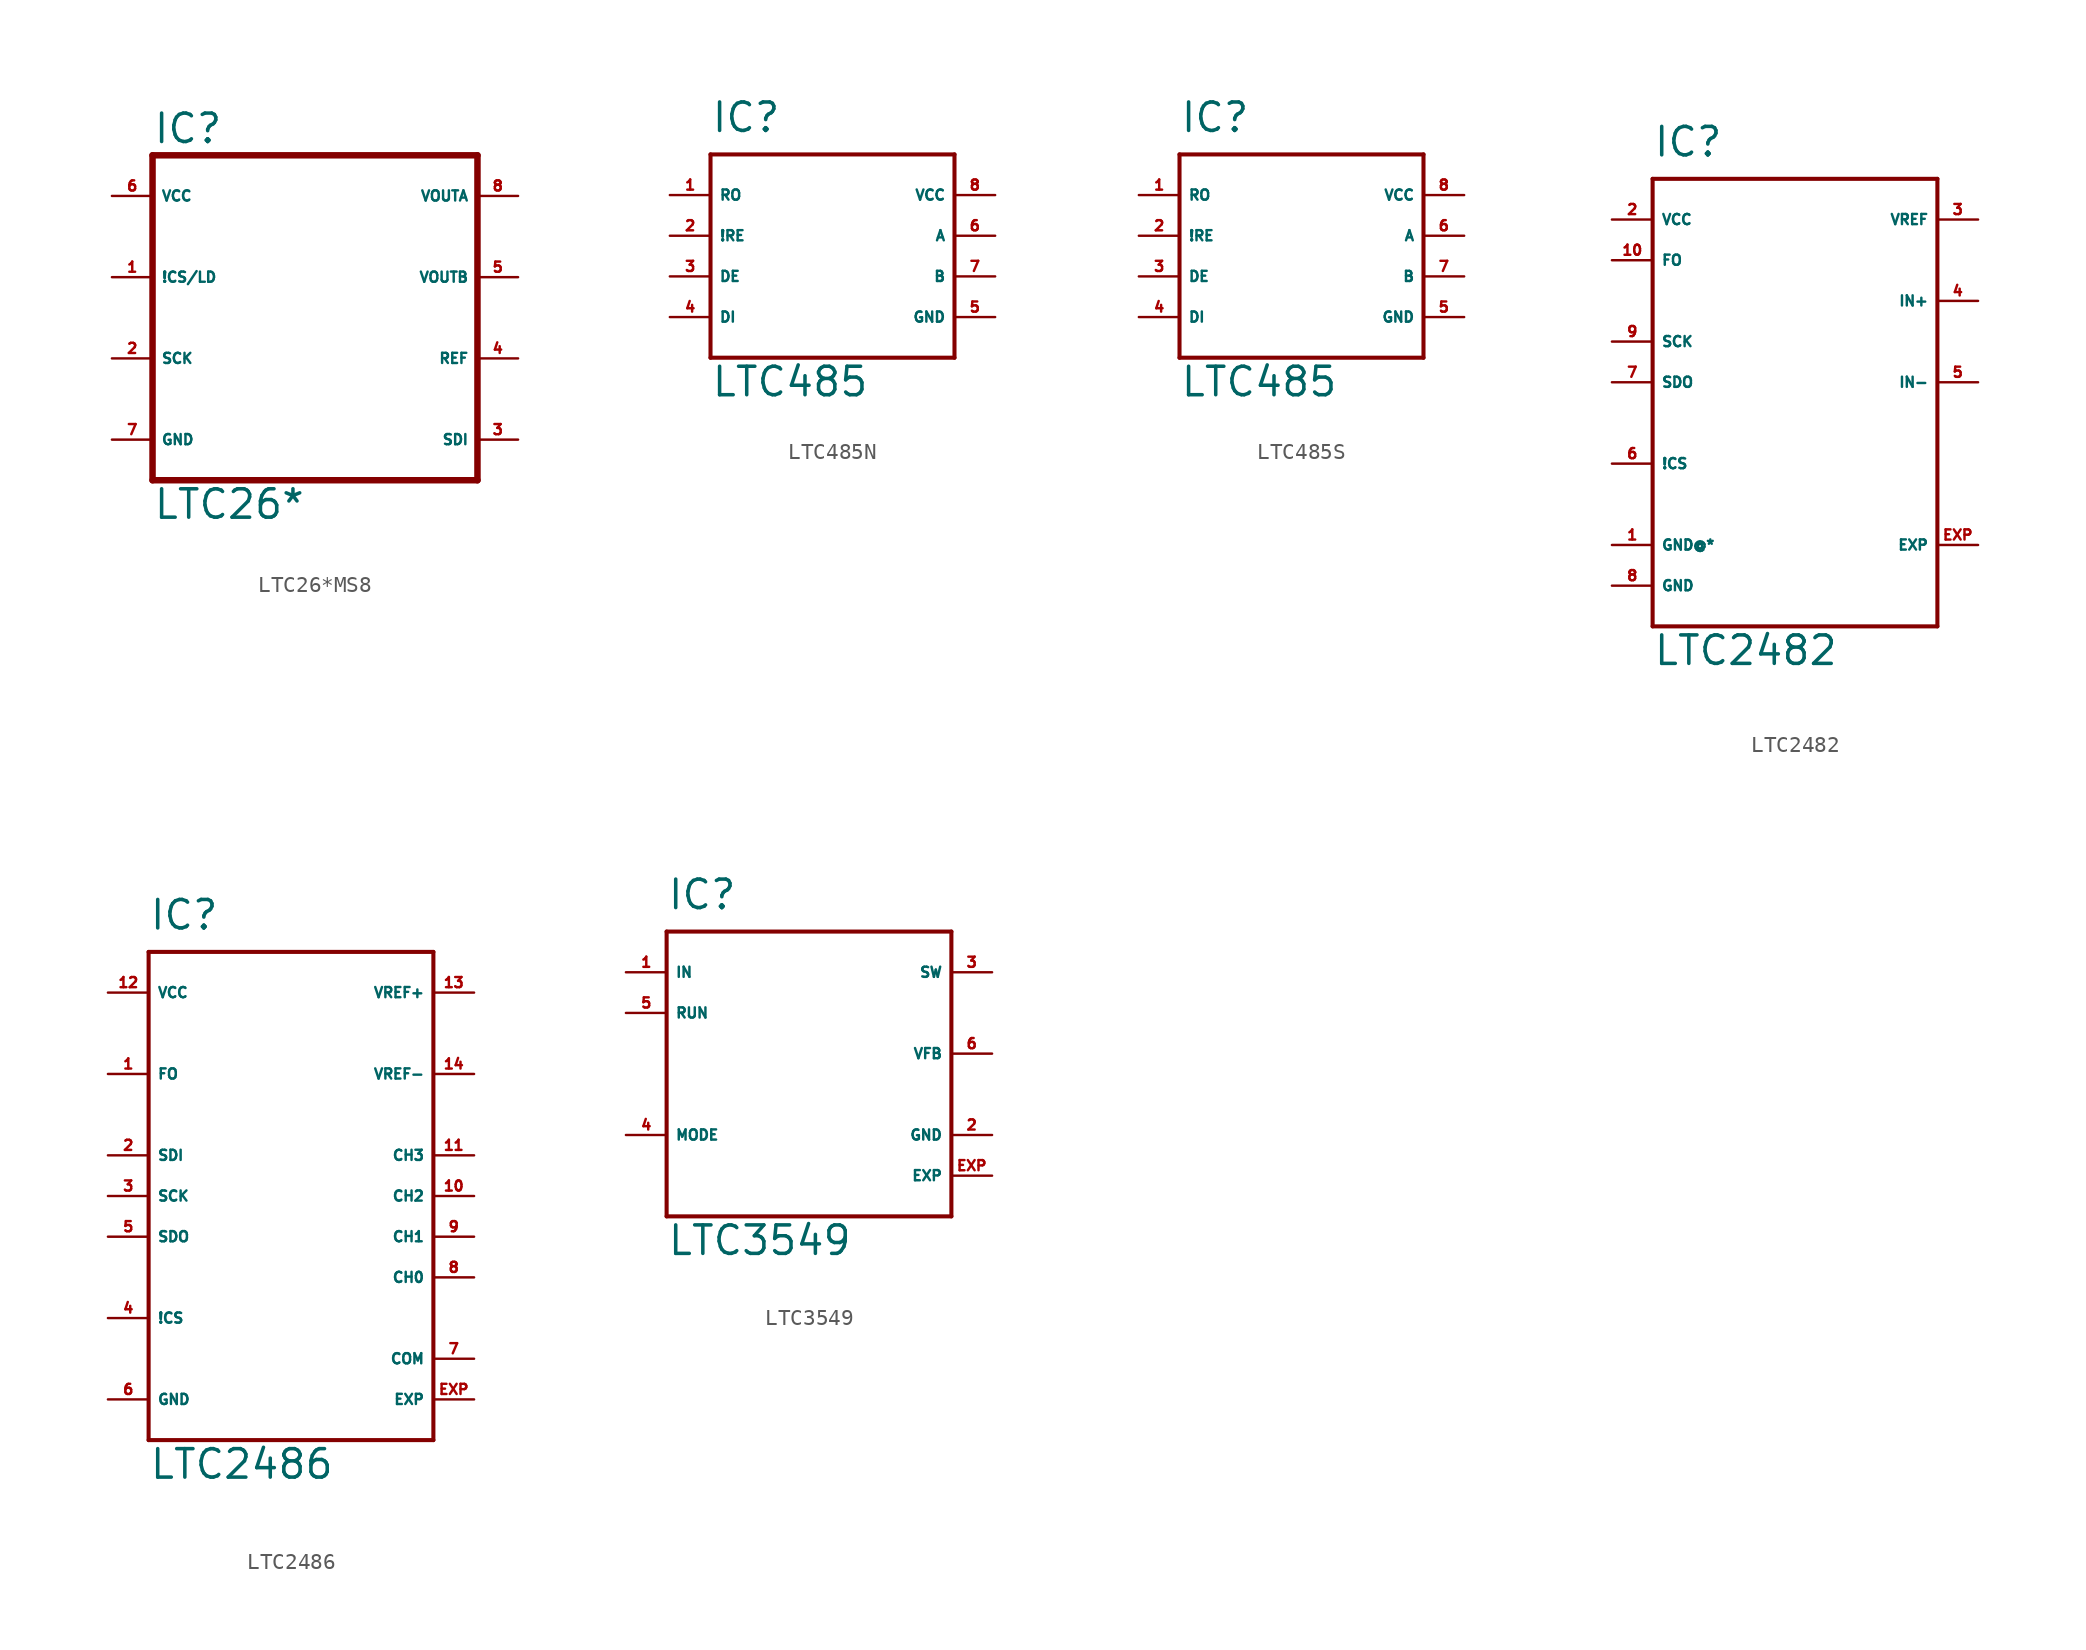
<source format=kicad_sym>
(kicad_symbol_lib
  (version 20220914)
  (generator Eagle2Kicad)
  (symbol "LTC26*MS8"
    (property "Reference" "IC"
      (at -10.16 10.795 0)
      (effects (font (size 1.778 1.778) (thickness 0.22)) (justify left bottom)))
    (property "Value" "LTC26*"
      (at -10.16 -12.7 0)
      (effects (font (size 1.778 1.778) (thickness 0.22)) (justify left bottom)))
    (polyline
      (pts (xy -10.16 -10.16) (xy 10.16 -10.16))
      (stroke (width 0.406) (type default))
      (fill (type none)))
    (polyline
      (pts (xy 10.16 -10.16) (xy 10.16 10.16))
      (stroke (width 0.406) (type default))
      (fill (type none)))
    (polyline
      (pts (xy 10.16 10.16) (xy -10.16 10.16))
      (stroke (width 0.406) (type default))
      (fill (type none)))
    (polyline
      (pts (xy -10.16 10.16) (xy -10.16 -10.16))
      (stroke (width 0.406) (type default))
      (fill (type none)))
    (pin output line
      (at 12.7 7.62 180)
      (length 2.54)
      (name "VOUTA" (effects (font (size 0.635 0.635) (thickness 0.08)) (justify left bottom)))
      (number "8" (effects (font (size 0.635 0.635) (thickness 0.08)) (justify left bottom))))
    (pin output line
      (at 12.7 2.54 180)
      (length 2.54)
      (name "VOUTB" (effects (font (size 0.635 0.635) (thickness 0.08)) (justify left bottom)))
      (number "5" (effects (font (size 0.635 0.635) (thickness 0.08)) (justify left bottom))))
    (pin input line
      (at -12.7 -2.54 0)
      (length 2.54)
      (name "SCK" (effects (font (size 0.635 0.635) (thickness 0.08)) (justify left bottom)))
      (number "2" (effects (font (size 0.635 0.635) (thickness 0.08)) (justify left bottom))))
    (pin input line
      (at 12.7 -7.62 180)
      (length 2.54)
      (name "SDI" (effects (font (size 0.635 0.635) (thickness 0.08)) (justify left bottom)))
      (number "3" (effects (font (size 0.635 0.635) (thickness 0.08)) (justify left bottom))))
    (pin unspecified line
      (at -12.7 -7.62 0)
      (length 2.54)
      (name "GND" (effects (font (size 0.635 0.635) (thickness 0.08)) (justify left bottom)))
      (number "7" (effects (font (size 0.635 0.635) (thickness 0.08)) (justify left bottom))))
    (pin unspecified line
      (at -12.7 7.62 0)
      (length 2.54)
      (name "VCC" (effects (font (size 0.635 0.635) (thickness 0.08)) (justify left bottom)))
      (number "6" (effects (font (size 0.635 0.635) (thickness 0.08)) (justify left bottom))))
    (pin input line
      (at 12.7 -2.54 180)
      (length 2.54)
      (name "REF" (effects (font (size 0.635 0.635) (thickness 0.08)) (justify left bottom)))
      (number "4" (effects (font (size 0.635 0.635) (thickness 0.08)) (justify left bottom))))
    (pin input line
      (at -12.7 2.54 0)
      (length 2.54)
      (name "!CS/LD" (effects (font (size 0.635 0.635) (thickness 0.08)) (justify left bottom)))
      (number "1" (effects (font (size 0.635 0.635) (thickness 0.08)) (justify left bottom)))))
  (symbol "LTC485N"
    (property "Reference" "IC"
      (at -7.62 6.35 0)
      (effects (font (size 1.778 1.778) (thickness 0.22)) (justify left bottom)))
    (property "Value" "LTC485"
      (at -7.62 -10.16 0)
      (effects (font (size 1.778 1.778) (thickness 0.22)) (justify left bottom)))
    (polyline
      (pts (xy -7.62 5.08) (xy 7.62 5.08))
      (stroke (width 0.254) (type default))
      (fill (type none)))
    (polyline
      (pts (xy 7.62 5.08) (xy 7.62 -7.62))
      (stroke (width 0.254) (type default))
      (fill (type none)))
    (polyline
      (pts (xy 7.62 -7.62) (xy -7.62 -7.62))
      (stroke (width 0.254) (type default))
      (fill (type none)))
    (polyline
      (pts (xy -7.62 -7.62) (xy -7.62 5.08))
      (stroke (width 0.254) (type default))
      (fill (type none)))
    (pin input line
      (at 10.16 2.54 180)
      (length 2.54)
      (name "VCC" (effects (font (size 0.635 0.635) (thickness 0.08)) (justify left bottom)))
      (number "8" (effects (font (size 0.635 0.635) (thickness 0.08)) (justify left bottom))))
    (pin input line
      (at 10.16 -5.08 180)
      (length 2.54)
      (name "GND" (effects (font (size 0.635 0.635) (thickness 0.08)) (justify left bottom)))
      (number "5" (effects (font (size 0.635 0.635) (thickness 0.08)) (justify left bottom))))
    (pin output line
      (at -10.16 2.54 0)
      (length 2.54)
      (name "RO" (effects (font (size 0.635 0.635) (thickness 0.08)) (justify left bottom)))
      (number "1" (effects (font (size 0.635 0.635) (thickness 0.08)) (justify left bottom))))
    (pin input line
      (at -10.16 0 0)
      (length 2.54)
      (name "!RE" (effects (font (size 0.635 0.635) (thickness 0.08)) (justify left bottom)))
      (number "2" (effects (font (size 0.635 0.635) (thickness 0.08)) (justify left bottom))))
    (pin input line
      (at -10.16 -2.54 0)
      (length 2.54)
      (name "DE" (effects (font (size 0.635 0.635) (thickness 0.08)) (justify left bottom)))
      (number "3" (effects (font (size 0.635 0.635) (thickness 0.08)) (justify left bottom))))
    (pin input line
      (at -10.16 -5.08 0)
      (length 2.54)
      (name "DI" (effects (font (size 0.635 0.635) (thickness 0.08)) (justify left bottom)))
      (number "4" (effects (font (size 0.635 0.635) (thickness 0.08)) (justify left bottom))))
    (pin bidirectional line
      (at 10.16 0 180)
      (length 2.54)
      (name "A" (effects (font (size 0.635 0.635) (thickness 0.08)) (justify left bottom)))
      (number "6" (effects (font (size 0.635 0.635) (thickness 0.08)) (justify left bottom))))
    (pin bidirectional line
      (at 10.16 -2.54 180)
      (length 2.54)
      (name "B" (effects (font (size 0.635 0.635) (thickness 0.08)) (justify left bottom)))
      (number "7" (effects (font (size 0.635 0.635) (thickness 0.08)) (justify left bottom)))))
  (symbol "LTC485S"
    (property "Reference" "IC"
      (at -7.62 6.35 0)
      (effects (font (size 1.778 1.778) (thickness 0.22)) (justify left bottom)))
    (property "Value" "LTC485"
      (at -7.62 -10.16 0)
      (effects (font (size 1.778 1.778) (thickness 0.22)) (justify left bottom)))
    (polyline
      (pts (xy -7.62 5.08) (xy 7.62 5.08))
      (stroke (width 0.254) (type default))
      (fill (type none)))
    (polyline
      (pts (xy 7.62 5.08) (xy 7.62 -7.62))
      (stroke (width 0.254) (type default))
      (fill (type none)))
    (polyline
      (pts (xy 7.62 -7.62) (xy -7.62 -7.62))
      (stroke (width 0.254) (type default))
      (fill (type none)))
    (polyline
      (pts (xy -7.62 -7.62) (xy -7.62 5.08))
      (stroke (width 0.254) (type default))
      (fill (type none)))
    (pin input line
      (at 10.16 2.54 180)
      (length 2.54)
      (name "VCC" (effects (font (size 0.635 0.635) (thickness 0.08)) (justify left bottom)))
      (number "8" (effects (font (size 0.635 0.635) (thickness 0.08)) (justify left bottom))))
    (pin input line
      (at 10.16 -5.08 180)
      (length 2.54)
      (name "GND" (effects (font (size 0.635 0.635) (thickness 0.08)) (justify left bottom)))
      (number "5" (effects (font (size 0.635 0.635) (thickness 0.08)) (justify left bottom))))
    (pin output line
      (at -10.16 2.54 0)
      (length 2.54)
      (name "RO" (effects (font (size 0.635 0.635) (thickness 0.08)) (justify left bottom)))
      (number "1" (effects (font (size 0.635 0.635) (thickness 0.08)) (justify left bottom))))
    (pin input line
      (at -10.16 0 0)
      (length 2.54)
      (name "!RE" (effects (font (size 0.635 0.635) (thickness 0.08)) (justify left bottom)))
      (number "2" (effects (font (size 0.635 0.635) (thickness 0.08)) (justify left bottom))))
    (pin input line
      (at -10.16 -2.54 0)
      (length 2.54)
      (name "DE" (effects (font (size 0.635 0.635) (thickness 0.08)) (justify left bottom)))
      (number "3" (effects (font (size 0.635 0.635) (thickness 0.08)) (justify left bottom))))
    (pin input line
      (at -10.16 -5.08 0)
      (length 2.54)
      (name "DI" (effects (font (size 0.635 0.635) (thickness 0.08)) (justify left bottom)))
      (number "4" (effects (font (size 0.635 0.635) (thickness 0.08)) (justify left bottom))))
    (pin bidirectional line
      (at 10.16 0 180)
      (length 2.54)
      (name "A" (effects (font (size 0.635 0.635) (thickness 0.08)) (justify left bottom)))
      (number "6" (effects (font (size 0.635 0.635) (thickness 0.08)) (justify left bottom))))
    (pin bidirectional line
      (at 10.16 -2.54 180)
      (length 2.54)
      (name "B" (effects (font (size 0.635 0.635) (thickness 0.08)) (justify left bottom)))
      (number "7" (effects (font (size 0.635 0.635) (thickness 0.08)) (justify left bottom)))))
  (symbol "LTC2482"
    (property "Reference" "IC"
      (at -10.16 11.43 0)
      (effects (font (size 1.778 1.778) (thickness 0.22)) (justify left bottom)))
    (property "Value" "LTC2482"
      (at -10.16 -20.32 0)
      (effects (font (size 1.778 1.778) (thickness 0.22)) (justify left bottom)))
    (polyline
      (pts (xy -10.16 10.16) (xy 7.62 10.16))
      (stroke (width 0.254) (type default))
      (fill (type none)))
    (polyline
      (pts (xy 7.62 10.16) (xy 7.62 -17.78))
      (stroke (width 0.254) (type default))
      (fill (type none)))
    (polyline
      (pts (xy 7.62 -17.78) (xy -10.16 -17.78))
      (stroke (width 0.254) (type default))
      (fill (type none)))
    (polyline
      (pts (xy -10.16 -17.78) (xy -10.16 10.16))
      (stroke (width 0.254) (type default))
      (fill (type none)))
    (pin input line
      (at -12.7 5.08 0)
      (length 2.54)
      (name "FO" (effects (font (size 0.635 0.635) (thickness 0.08)) (justify left bottom)))
      (number "10" (effects (font (size 0.635 0.635) (thickness 0.08)) (justify left bottom))))
    (pin input line
      (at -12.7 0 0)
      (length 2.54)
      (name "SCK" (effects (font (size 0.635 0.635) (thickness 0.08)) (justify left bottom)))
      (number "9" (effects (font (size 0.635 0.635) (thickness 0.08)) (justify left bottom))))
    (pin input line
      (at -12.7 -7.62 0)
      (length 2.54)
      (name "!CS" (effects (font (size 0.635 0.635) (thickness 0.08)) (justify left bottom)))
      (number "6" (effects (font (size 0.635 0.635) (thickness 0.08)) (justify left bottom))))
    (pin output line
      (at -12.7 -2.54 0)
      (length 2.54)
      (name "SDO" (effects (font (size 0.635 0.635) (thickness 0.08)) (justify left bottom)))
      (number "7" (effects (font (size 0.635 0.635) (thickness 0.08)) (justify left bottom))))
    (pin unspecified line
      (at -12.7 -15.24 0)
      (length 2.54)
      (name "GND" (effects (font (size 0.635 0.635) (thickness 0.08)) (justify left bottom)))
      (number "8" (effects (font (size 0.635 0.635) (thickness 0.08)) (justify left bottom))))
    (pin input line
      (at 10.16 -2.54 180)
      (length 2.54)
      (name "IN-" (effects (font (size 0.635 0.635) (thickness 0.08)) (justify left bottom)))
      (number "5" (effects (font (size 0.635 0.635) (thickness 0.08)) (justify left bottom))))
    (pin unspecified line
      (at -12.7 7.62 0)
      (length 2.54)
      (name "VCC" (effects (font (size 0.635 0.635) (thickness 0.08)) (justify left bottom)))
      (number "2" (effects (font (size 0.635 0.635) (thickness 0.08)) (justify left bottom))))
    (pin input line
      (at 10.16 7.62 180)
      (length 2.54)
      (name "VREF" (effects (font (size 0.635 0.635) (thickness 0.08)) (justify left bottom)))
      (number "3" (effects (font (size 0.635 0.635) (thickness 0.08)) (justify left bottom))))
    (pin input line
      (at 10.16 2.54 180)
      (length 2.54)
      (name "IN+" (effects (font (size 0.635 0.635) (thickness 0.08)) (justify left bottom)))
      (number "4" (effects (font (size 0.635 0.635) (thickness 0.08)) (justify left bottom))))
    (pin input line
      (at 10.16 -12.7 180)
      (length 2.54)
      (name "EXP" (effects (font (size 0.635 0.635) (thickness 0.08)) (justify left bottom)))
      (number "EXP" (effects (font (size 0.635 0.635) (thickness 0.08)) (justify left bottom))))
    (pin unspecified line
      (at -12.7 -12.7 0)
      (length 2.54)
      (name "GND@*" (effects (font (size 0.635 0.635) (thickness 0.08)) (justify left bottom)))
      (number "1" (effects (font (size 0.635 0.635) (thickness 0.08)) (justify left bottom)))))
  (symbol "LTC2486"
    (property "Reference" "IC"
      (at -7.62 16.51 0)
      (effects (font (size 1.778 1.778) (thickness 0.22)) (justify left bottom)))
    (property "Value" "LTC2486"
      (at -7.62 -17.78 0)
      (effects (font (size 1.778 1.778) (thickness 0.22)) (justify left bottom)))
    (polyline
      (pts (xy -7.62 15.24) (xy 10.16 15.24))
      (stroke (width 0.254) (type default))
      (fill (type none)))
    (polyline
      (pts (xy 10.16 15.24) (xy 10.16 -15.24))
      (stroke (width 0.254) (type default))
      (fill (type none)))
    (polyline
      (pts (xy 10.16 -15.24) (xy -7.62 -15.24))
      (stroke (width 0.254) (type default))
      (fill (type none)))
    (polyline
      (pts (xy -7.62 -15.24) (xy -7.62 15.24))
      (stroke (width 0.254) (type default))
      (fill (type none)))
    (pin input line
      (at -10.16 7.62 0)
      (length 2.54)
      (name "FO" (effects (font (size 0.635 0.635) (thickness 0.08)) (justify left bottom)))
      (number "1" (effects (font (size 0.635 0.635) (thickness 0.08)) (justify left bottom))))
    (pin input line
      (at -10.16 2.54 0)
      (length 2.54)
      (name "SDI" (effects (font (size 0.635 0.635) (thickness 0.08)) (justify left bottom)))
      (number "2" (effects (font (size 0.635 0.635) (thickness 0.08)) (justify left bottom))))
    (pin input line
      (at -10.16 0 0)
      (length 2.54)
      (name "SCK" (effects (font (size 0.635 0.635) (thickness 0.08)) (justify left bottom)))
      (number "3" (effects (font (size 0.635 0.635) (thickness 0.08)) (justify left bottom))))
    (pin input line
      (at -10.16 -7.62 0)
      (length 2.54)
      (name "!CS" (effects (font (size 0.635 0.635) (thickness 0.08)) (justify left bottom)))
      (number "4" (effects (font (size 0.635 0.635) (thickness 0.08)) (justify left bottom))))
    (pin output line
      (at -10.16 -2.54 0)
      (length 2.54)
      (name "SDO" (effects (font (size 0.635 0.635) (thickness 0.08)) (justify left bottom)))
      (number "5" (effects (font (size 0.635 0.635) (thickness 0.08)) (justify left bottom))))
    (pin unspecified line
      (at -10.16 -12.7 0)
      (length 2.54)
      (name "GND" (effects (font (size 0.635 0.635) (thickness 0.08)) (justify left bottom)))
      (number "6" (effects (font (size 0.635 0.635) (thickness 0.08)) (justify left bottom))))
    (pin unspecified line
      (at 12.7 -10.16 180)
      (length 2.54)
      (name "COM" (effects (font (size 0.635 0.635) (thickness 0.08)) (justify left bottom)))
      (number "7" (effects (font (size 0.635 0.635) (thickness 0.08)) (justify left bottom))))
    (pin input line
      (at 12.7 -5.08 180)
      (length 2.54)
      (name "CH0" (effects (font (size 0.635 0.635) (thickness 0.08)) (justify left bottom)))
      (number "8" (effects (font (size 0.635 0.635) (thickness 0.08)) (justify left bottom))))
    (pin input line
      (at 12.7 -2.54 180)
      (length 2.54)
      (name "CH1" (effects (font (size 0.635 0.635) (thickness 0.08)) (justify left bottom)))
      (number "9" (effects (font (size 0.635 0.635) (thickness 0.08)) (justify left bottom))))
    (pin input line
      (at 12.7 0 180)
      (length 2.54)
      (name "CH2" (effects (font (size 0.635 0.635) (thickness 0.08)) (justify left bottom)))
      (number "10" (effects (font (size 0.635 0.635) (thickness 0.08)) (justify left bottom))))
    (pin input line
      (at 12.7 2.54 180)
      (length 2.54)
      (name "CH3" (effects (font (size 0.635 0.635) (thickness 0.08)) (justify left bottom)))
      (number "11" (effects (font (size 0.635 0.635) (thickness 0.08)) (justify left bottom))))
    (pin unspecified line
      (at -10.16 12.7 0)
      (length 2.54)
      (name "VCC" (effects (font (size 0.635 0.635) (thickness 0.08)) (justify left bottom)))
      (number "12" (effects (font (size 0.635 0.635) (thickness 0.08)) (justify left bottom))))
    (pin input line
      (at 12.7 12.7 180)
      (length 2.54)
      (name "VREF+" (effects (font (size 0.635 0.635) (thickness 0.08)) (justify left bottom)))
      (number "13" (effects (font (size 0.635 0.635) (thickness 0.08)) (justify left bottom))))
    (pin input line
      (at 12.7 7.62 180)
      (length 2.54)
      (name "VREF-" (effects (font (size 0.635 0.635) (thickness 0.08)) (justify left bottom)))
      (number "14" (effects (font (size 0.635 0.635) (thickness 0.08)) (justify left bottom))))
    (pin input line
      (at 12.7 -12.7 180)
      (length 2.54)
      (name "EXP" (effects (font (size 0.635 0.635) (thickness 0.08)) (justify left bottom)))
      (number "EXP" (effects (font (size 0.635 0.635) (thickness 0.08)) (justify left bottom)))))
  (symbol "LTC3549"
    (property "Reference" "IC"
      (at -7.62 11.43 0)
      (effects (font (size 1.778 1.778) (thickness 0.22)) (justify left bottom)))
    (property "Value" "LTC3549"
      (at -7.62 -10.16 0)
      (effects (font (size 1.778 1.778) (thickness 0.22)) (justify left bottom)))
    (polyline
      (pts (xy -7.62 10.16) (xy 10.16 10.16))
      (stroke (width 0.254) (type default))
      (fill (type none)))
    (polyline
      (pts (xy 10.16 10.16) (xy 10.16 -7.62))
      (stroke (width 0.254) (type default))
      (fill (type none)))
    (polyline
      (pts (xy 10.16 -7.62) (xy -7.62 -7.62))
      (stroke (width 0.254) (type default))
      (fill (type none)))
    (polyline
      (pts (xy -7.62 -7.62) (xy -7.62 10.16))
      (stroke (width 0.254) (type default))
      (fill (type none)))
    (pin input line
      (at -10.16 7.62 0)
      (length 2.54)
      (name "IN" (effects (font (size 0.635 0.635) (thickness 0.08)) (justify left bottom)))
      (number "1" (effects (font (size 0.635 0.635) (thickness 0.08)) (justify left bottom))))
    (pin output line
      (at 12.7 7.62 180)
      (length 2.54)
      (name "SW" (effects (font (size 0.635 0.635) (thickness 0.08)) (justify left bottom)))
      (number "3" (effects (font (size 0.635 0.635) (thickness 0.08)) (justify left bottom))))
    (pin input line
      (at -10.16 5.08 0)
      (length 2.54)
      (name "RUN" (effects (font (size 0.635 0.635) (thickness 0.08)) (justify left bottom)))
      (number "5" (effects (font (size 0.635 0.635) (thickness 0.08)) (justify left bottom))))
    (pin input line
      (at 12.7 2.54 180)
      (length 2.54)
      (name "VFB" (effects (font (size 0.635 0.635) (thickness 0.08)) (justify left bottom)))
      (number "6" (effects (font (size 0.635 0.635) (thickness 0.08)) (justify left bottom))))
    (pin unspecified line
      (at 12.7 -2.54 180)
      (length 2.54)
      (name "GND" (effects (font (size 0.635 0.635) (thickness 0.08)) (justify left bottom)))
      (number "2" (effects (font (size 0.635 0.635) (thickness 0.08)) (justify left bottom))))
    (pin input line
      (at -10.16 -2.54 0)
      (length 2.54)
      (name "MODE" (effects (font (size 0.635 0.635) (thickness 0.08)) (justify left bottom)))
      (number "4" (effects (font (size 0.635 0.635) (thickness 0.08)) (justify left bottom))))
    (pin passive line
      (at 12.7 -5.08 180)
      (length 2.54)
      (name "EXP" (effects (font (size 0.635 0.635) (thickness 0.08)) (justify left bottom)))
      (number "EXP" (effects (font (size 0.635 0.635) (thickness 0.08)) (justify left bottom))))))
</source>
